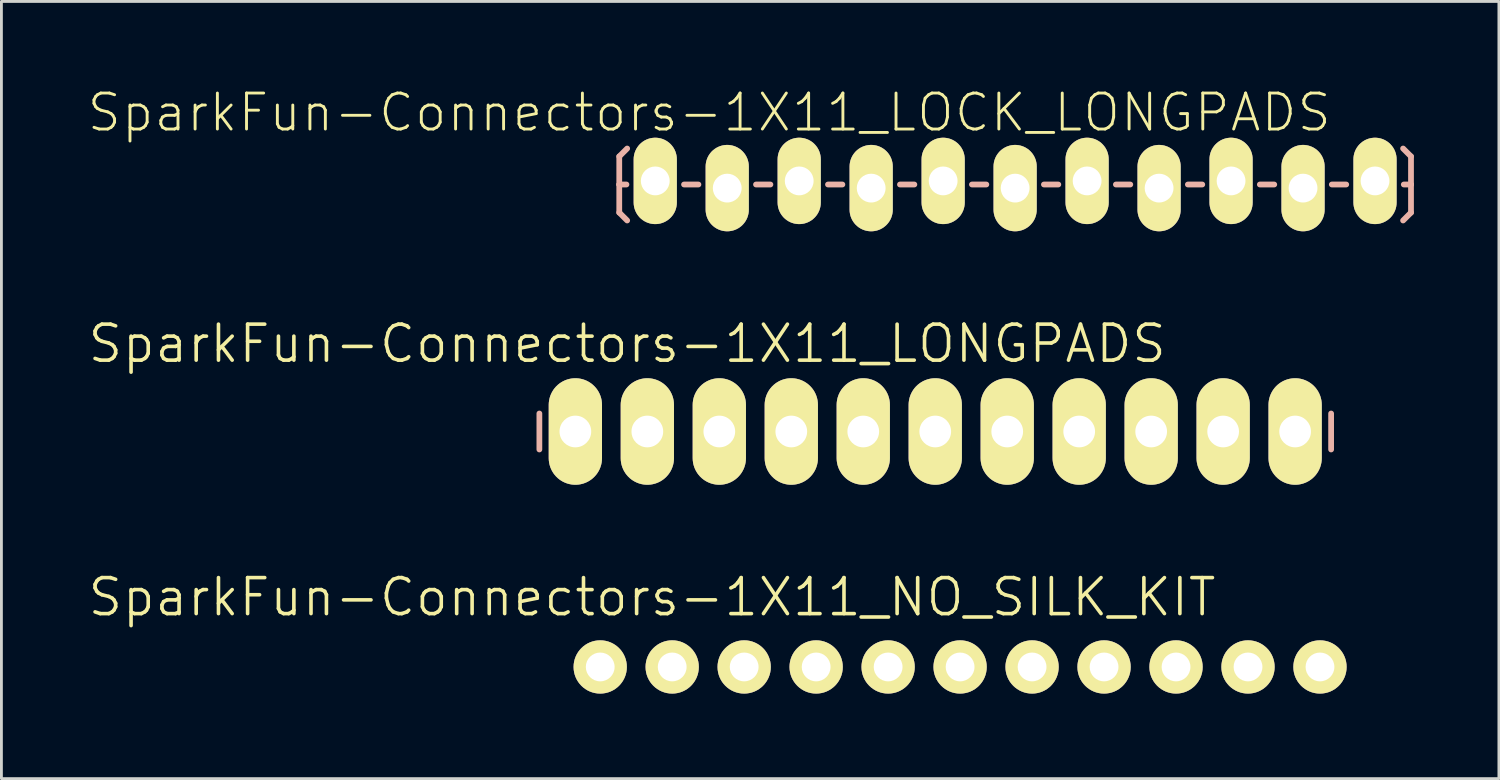
<source format=kicad_pcb>
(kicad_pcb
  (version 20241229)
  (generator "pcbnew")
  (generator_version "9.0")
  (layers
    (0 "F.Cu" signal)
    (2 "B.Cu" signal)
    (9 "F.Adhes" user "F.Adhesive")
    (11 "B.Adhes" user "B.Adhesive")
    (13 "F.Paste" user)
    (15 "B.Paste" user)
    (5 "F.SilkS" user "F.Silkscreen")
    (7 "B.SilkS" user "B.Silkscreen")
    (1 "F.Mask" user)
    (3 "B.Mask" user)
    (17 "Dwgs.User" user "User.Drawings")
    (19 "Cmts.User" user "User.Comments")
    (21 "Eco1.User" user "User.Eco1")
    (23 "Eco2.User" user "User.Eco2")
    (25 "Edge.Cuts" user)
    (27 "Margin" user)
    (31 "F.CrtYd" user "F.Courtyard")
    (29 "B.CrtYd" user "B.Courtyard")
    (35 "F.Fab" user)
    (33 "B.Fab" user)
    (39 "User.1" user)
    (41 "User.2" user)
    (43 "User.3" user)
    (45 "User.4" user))
  (footprint "SparkFun-Connectors-1X11_LONGPADS"
    (layer "F.Cu")
    (at 17.254 12.177)
    (property "Reference" "SparkFun-Connectors-1X11_LONGPADS" (at 1.829 -3.099 0) (layer "F.SilkS") (effects (font (size 1.27 1.27) (thickness 0.127))))
    (attr exclude_from_pos_files exclude_from_bom)
    (fp_line (start -0.254 -0.254) (end 0.254 -0.254) (stroke (width 0.066) (type solid)) (layer "F.SilkS"))
    (fp_line (start -0.254 0.254) (end -0.254 -0.254) (stroke (width 0.066) (type solid)) (layer "F.SilkS"))
    (fp_line (start -0.254 0.254) (end 0.254 0.254) (stroke (width 0.066) (type solid)) (layer "F.SilkS"))
    (fp_line (start 0.254 0.254) (end 0.254 -0.254) (stroke (width 0.066) (type solid)) (layer "F.SilkS"))
    (fp_line (start 2.286 -0.254) (end 2.794 -0.254) (stroke (width 0.066) (type solid)) (layer "F.SilkS"))
    (fp_line (start 2.286 0.254) (end 2.286 -0.254) (stroke (width 0.066) (type solid)) (layer "F.SilkS"))
    (fp_line (start 2.286 0.254) (end 2.794 0.254) (stroke (width 0.066) (type solid)) (layer "F.SilkS"))
    (fp_line (start 2.794 0.254) (end 2.794 -0.254) (stroke (width 0.066) (type solid)) (layer "F.SilkS"))
    (fp_line (start 4.826 -0.254) (end 5.334 -0.254) (stroke (width 0.066) (type solid)) (layer "F.SilkS"))
    (fp_line (start 4.826 0.254) (end 4.826 -0.254) (stroke (width 0.066) (type solid)) (layer "F.SilkS"))
    (fp_line (start 4.826 0.254) (end 5.334 0.254) (stroke (width 0.066) (type solid)) (layer "F.SilkS"))
    (fp_line (start 5.334 0.254) (end 5.334 -0.254) (stroke (width 0.066) (type solid)) (layer "F.SilkS"))
    (fp_line (start 7.366 -0.254) (end 7.874 -0.254) (stroke (width 0.066) (type solid)) (layer "F.SilkS"))
    (fp_line (start 7.366 0.254) (end 7.366 -0.254) (stroke (width 0.066) (type solid)) (layer "F.SilkS"))
    (fp_line (start 7.366 0.254) (end 7.874 0.254) (stroke (width 0.066) (type solid)) (layer "F.SilkS"))
    (fp_line (start 7.874 0.254) (end 7.874 -0.254) (stroke (width 0.066) (type solid)) (layer "F.SilkS"))
    (fp_line (start 9.906 -0.254) (end 10.414 -0.254) (stroke (width 0.066) (type solid)) (layer "F.SilkS"))
    (fp_line (start 9.906 0.254) (end 9.906 -0.254) (stroke (width 0.066) (type solid)) (layer "F.SilkS"))
    (fp_line (start 9.906 0.254) (end 10.414 0.254) (stroke (width 0.066) (type solid)) (layer "F.SilkS"))
    (fp_line (start 10.414 0.254) (end 10.414 -0.254) (stroke (width 0.066) (type solid)) (layer "F.SilkS"))
    (fp_line (start 12.446 -0.254) (end 12.954 -0.254) (stroke (width 0.066) (type solid)) (layer "F.SilkS"))
    (fp_line (start 12.446 0.254) (end 12.446 -0.254) (stroke (width 0.066) (type solid)) (layer "F.SilkS"))
    (fp_line (start 12.446 0.254) (end 12.954 0.254) (stroke (width 0.066) (type solid)) (layer "F.SilkS"))
    (fp_line (start 12.954 0.254) (end 12.954 -0.254) (stroke (width 0.066) (type solid)) (layer "F.SilkS"))
    (fp_line (start 14.986 -0.254) (end 15.494 -0.254) (stroke (width 0.066) (type solid)) (layer "F.SilkS"))
    (fp_line (start 14.986 0.254) (end 14.986 -0.254) (stroke (width 0.066) (type solid)) (layer "F.SilkS"))
    (fp_line (start 14.986 0.254) (end 15.494 0.254) (stroke (width 0.066) (type solid)) (layer "F.SilkS"))
    (fp_line (start 15.494 0.254) (end 15.494 -0.254) (stroke (width 0.066) (type solid)) (layer "F.SilkS"))
    (fp_line (start 17.523 -0.254) (end 18.034 -0.254) (stroke (width 0.066) (type solid)) (layer "F.SilkS"))
    (fp_line (start 17.523 0.254) (end 17.523 -0.254) (stroke (width 0.066) (type solid)) (layer "F.SilkS"))
    (fp_line (start 17.523 0.254) (end 18.034 0.254) (stroke (width 0.066) (type solid)) (layer "F.SilkS"))
    (fp_line (start 18.034 0.254) (end 18.034 -0.254) (stroke (width 0.066) (type solid)) (layer "F.SilkS"))
    (fp_line (start 20.066 -0.254) (end 20.574 -0.254) (stroke (width 0.066) (type solid)) (layer "F.SilkS"))
    (fp_line (start 20.066 0.254) (end 20.066 -0.254) (stroke (width 0.066) (type solid)) (layer "F.SilkS"))
    (fp_line (start 20.066 0.254) (end 20.574 0.254) (stroke (width 0.066) (type solid)) (layer "F.SilkS"))
    (fp_line (start 20.574 0.254) (end 20.574 -0.254) (stroke (width 0.066) (type solid)) (layer "F.SilkS"))
    (fp_line (start 22.606 -0.254) (end 23.114 -0.254) (stroke (width 0.066) (type solid)) (layer "F.SilkS"))
    (fp_line (start 22.606 0.254) (end 22.606 -0.254) (stroke (width 0.066) (type solid)) (layer "F.SilkS"))
    (fp_line (start 22.606 0.254) (end 23.114 0.254) (stroke (width 0.066) (type solid)) (layer "F.SilkS"))
    (fp_line (start 23.114 0.254) (end 23.114 -0.254) (stroke (width 0.066) (type solid)) (layer "F.SilkS"))
    (fp_line (start 25.146 -0.254) (end 25.654 -0.254) (stroke (width 0.066) (type solid)) (layer "F.SilkS"))
    (fp_line (start 25.146 0.254) (end 25.146 -0.254) (stroke (width 0.066) (type solid)) (layer "F.SilkS"))
    (fp_line (start 25.146 0.254) (end 25.654 0.254) (stroke (width 0.066) (type solid)) (layer "F.SilkS"))
    (fp_line (start 25.654 0.254) (end 25.654 -0.254) (stroke (width 0.066) (type solid)) (layer "F.SilkS"))
    (fp_line (start -1.27 -0.635) (end -1.27 0.635) (stroke (width 0.203) (type solid)) (layer "B.SilkS"))
    (fp_line (start 26.67 -0.635) (end 26.67 0.635) (stroke (width 0.203) (type solid)) (layer "B.SilkS"))
    (pad "1" thru_hole oval (at 0 0 180) (size 1.88 3.759) (drill 1.118) (layers "*.Cu" "F.Mask" "F.SilkS" "F.Paste"))
    (pad "2" thru_hole oval (at 2.54 0 180) (size 1.88 3.759) (drill 1.118) (layers "*.Cu" "F.Mask" "F.SilkS" "F.Paste"))
    (pad "3" thru_hole oval (at 5.08 0 180) (size 1.88 3.759) (drill 1.118) (layers "*.Cu" "F.Mask" "F.SilkS" "F.Paste"))
    (pad "4" thru_hole oval (at 7.62 0 180) (size 1.88 3.759) (drill 1.118) (layers "*.Cu" "F.Mask" "F.SilkS" "F.Paste"))
    (pad "5" thru_hole oval (at 10.16 0 180) (size 1.88 3.759) (drill 1.118) (layers "*.Cu" "F.Mask" "F.SilkS" "F.Paste"))
    (pad "6" thru_hole oval (at 12.7 0 180) (size 1.88 3.759) (drill 1.118) (layers "*.Cu" "F.Mask" "F.SilkS" "F.Paste"))
    (pad "7" thru_hole oval (at 15.24 0 180) (size 1.88 3.759) (drill 1.118) (layers "*.Cu" "F.Mask" "F.SilkS" "F.Paste"))
    (pad "8" thru_hole oval (at 17.78 0 180) (size 1.88 3.759) (drill 1.118) (layers "*.Cu" "F.Mask" "F.SilkS" "F.Paste"))
    (pad "9" thru_hole oval (at 20.32 0 180) (size 1.88 3.759) (drill 1.118) (layers "*.Cu" "F.Mask" "F.SilkS" "F.Paste"))
    (pad "10" thru_hole oval (at 22.86 0 180) (size 1.88 3.759) (drill 1.118) (layers "*.Cu" "F.Mask" "F.SilkS" "F.Paste"))
    (pad "11" thru_hole oval (at 25.4 0 180) (size 1.88 3.759) (drill 1.118) (layers "*.Cu" "F.Mask" "F.SilkS" "F.Paste")))
  (footprint "SparkFun-Connectors-1X11_NO_SILK_KIT"
    (layer "F.Cu")
    (at 18.131 20.486)
    (property "Reference" "SparkFun-Connectors-1X11_NO_SILK_KIT" (at 1.829 -2.464 0) (layer "F.SilkS") (effects (font (size 1.27 1.27) (thickness 0.127))))
    (attr exclude_from_pos_files exclude_from_bom)
    (fp_circle (center 0 0) (end -0.475 0.475) (stroke (width 0) (type solid)) (fill yes) (layer "F.SilkS"))
    (fp_circle (center 0 0) (end -0.254 0.254) (stroke (width 0) (type solid)) (fill yes) (layer "F.SilkS"))
    (fp_circle (center 2.54 0) (end 2.794 0.254) (stroke (width 0) (type solid)) (fill yes) (layer "F.SilkS"))
    (fp_circle (center 2.54 0) (end 3.015 0.475) (stroke (width 0) (type solid)) (fill yes) (layer "F.SilkS"))
    (fp_circle (center 5.08 0) (end 5.334 0.254) (stroke (width 0) (type solid)) (fill yes) (layer "F.SilkS"))
    (fp_circle (center 5.08 0) (end 5.555 0.475) (stroke (width 0) (type solid)) (fill yes) (layer "F.SilkS"))
    (fp_circle (center 7.62 0) (end 7.874 0.254) (stroke (width 0) (type solid)) (fill yes) (layer "F.SilkS"))
    (fp_circle (center 7.62 0) (end 8.095 0.475) (stroke (width 0) (type solid)) (fill yes) (layer "F.SilkS"))
    (fp_circle (center 10.16 0) (end 10.414 0.254) (stroke (width 0) (type solid)) (fill yes) (layer "F.SilkS"))
    (fp_circle (center 10.16 0) (end 10.635 0.475) (stroke (width 0) (type solid)) (fill yes) (layer "F.SilkS"))
    (fp_circle (center 12.7 0) (end 12.954 0.254) (stroke (width 0) (type solid)) (fill yes) (layer "F.SilkS"))
    (fp_circle (center 12.7 0) (end 13.175 0.475) (stroke (width 0) (type solid)) (fill yes) (layer "F.SilkS"))
    (fp_circle (center 15.24 0) (end 15.494 0.254) (stroke (width 0) (type solid)) (fill yes) (layer "F.SilkS"))
    (fp_circle (center 15.24 0) (end 15.715 0.475) (stroke (width 0) (type solid)) (fill yes) (layer "F.SilkS"))
    (fp_circle (center 17.78 0) (end 18.034 0.254) (stroke (width 0) (type solid)) (fill yes) (layer "F.SilkS"))
    (fp_circle (center 17.78 0) (end 18.255 0.475) (stroke (width 0) (type solid)) (fill yes) (layer "F.SilkS"))
    (fp_circle (center 20.32 0) (end 20.574 0.254) (stroke (width 0) (type solid)) (fill yes) (layer "F.SilkS"))
    (fp_circle (center 20.32 0) (end 20.795 0.475) (stroke (width 0) (type solid)) (fill yes) (layer "F.SilkS"))
    (fp_circle (center 22.86 0) (end 23.114 0.254) (stroke (width 0) (type solid)) (fill yes) (layer "F.SilkS"))
    (fp_circle (center 22.86 0) (end 23.335 0.475) (stroke (width 0) (type solid)) (fill yes) (layer "F.SilkS"))
    (fp_circle (center 25.4 0) (end 25.654 0.254) (stroke (width 0) (type solid)) (fill yes) (layer "F.SilkS"))
    (fp_circle (center 25.4 0) (end 25.875 0.475) (stroke (width 0) (type solid)) (fill yes) (layer "F.SilkS"))
    (pad "1" thru_hole circle (at 0 0) (size 1.88 1.88) (drill 1.016) (layers "*.Cu" "F.Mask" "F.SilkS" "F.Paste"))
    (pad "2" thru_hole circle (at 2.54 0) (size 1.88 1.88) (drill 1.016) (layers "*.Cu" "F.Mask" "F.SilkS" "F.Paste"))
    (pad "3" thru_hole circle (at 5.08 0) (size 1.88 1.88) (drill 1.016) (layers "*.Cu" "F.Mask" "F.SilkS" "F.Paste"))
    (pad "4" thru_hole circle (at 7.62 0) (size 1.88 1.88) (drill 1.016) (layers "*.Cu" "F.Mask" "F.SilkS" "F.Paste"))
    (pad "5" thru_hole circle (at 10.16 0) (size 1.88 1.88) (drill 1.016) (layers "*.Cu" "F.Mask" "F.SilkS" "F.Paste"))
    (pad "6" thru_hole circle (at 12.7 0) (size 1.88 1.88) (drill 1.016) (layers "*.Cu" "F.Mask" "F.SilkS" "F.Paste"))
    (pad "7" thru_hole circle (at 15.24 0) (size 1.88 1.88) (drill 1.016) (layers "*.Cu" "F.Mask" "F.SilkS" "F.Paste"))
    (pad "8" thru_hole circle (at 17.78 0) (size 1.88 1.88) (drill 1.016) (layers "*.Cu" "F.Mask" "F.SilkS" "F.Paste"))
    (pad "9" thru_hole circle (at 20.32 0) (size 1.88 1.88) (drill 1.016) (layers "*.Cu" "F.Mask" "F.SilkS" "F.Paste"))
    (pad "10" thru_hole circle (at 22.86 0) (size 1.88 1.88) (drill 1.016) (layers "*.Cu" "F.Mask" "F.SilkS" "F.Paste"))
    (pad "11" thru_hole circle (at 25.4 0) (size 1.88 1.88) (drill 1.016) (layers "*.Cu" "F.Mask" "F.SilkS" "F.Paste")))
  (footprint "SparkFun-Connectors-1X11_LOCK_LONGPADS"
    (layer "F.Cu")
    (at 20.073 3.461)
    (property "Reference" "SparkFun-Connectors-1X11_LOCK_LONGPADS" (at 1.905 -2.54 0) (layer "F.SilkS") (effects (font (size 1.27 1.27) (thickness 0.102))))
    (attr exclude_from_pos_files exclude_from_bom)
    (fp_line (start -0.292 -0.292) (end 0.292 -0.292) (stroke (width 0.066) (type solid)) (layer "F.SilkS"))
    (fp_line (start -0.292 0.292) (end -0.292 -0.292) (stroke (width 0.066) (type solid)) (layer "F.SilkS"))
    (fp_line (start -0.292 0.292) (end 0.292 0.292) (stroke (width 0.066) (type solid)) (layer "F.SilkS"))
    (fp_line (start 0.292 0.292) (end 0.292 -0.292) (stroke (width 0.066) (type solid)) (layer "F.SilkS"))
    (fp_line (start 2.248 -0.292) (end 2.832 -0.292) (stroke (width 0.066) (type solid)) (layer "F.SilkS"))
    (fp_line (start 2.248 0.292) (end 2.248 -0.292) (stroke (width 0.066) (type solid)) (layer "F.SilkS"))
    (fp_line (start 2.248 0.292) (end 2.832 0.292) (stroke (width 0.066) (type solid)) (layer "F.SilkS"))
    (fp_line (start 2.832 0.292) (end 2.832 -0.292) (stroke (width 0.066) (type solid)) (layer "F.SilkS"))
    (fp_line (start 4.788 -0.292) (end 5.372 -0.292) (stroke (width 0.066) (type solid)) (layer "F.SilkS"))
    (fp_line (start 4.788 0.292) (end 4.788 -0.292) (stroke (width 0.066) (type solid)) (layer "F.SilkS"))
    (fp_line (start 4.788 0.292) (end 5.372 0.292) (stroke (width 0.066) (type solid)) (layer "F.SilkS"))
    (fp_line (start 5.372 0.292) (end 5.372 -0.292) (stroke (width 0.066) (type solid)) (layer "F.SilkS"))
    (fp_line (start 7.328 -0.292) (end 7.912 -0.292) (stroke (width 0.066) (type solid)) (layer "F.SilkS"))
    (fp_line (start 7.328 0.292) (end 7.328 -0.292) (stroke (width 0.066) (type solid)) (layer "F.SilkS"))
    (fp_line (start 7.328 0.292) (end 7.912 0.292) (stroke (width 0.066) (type solid)) (layer "F.SilkS"))
    (fp_line (start 7.912 0.292) (end 7.912 -0.292) (stroke (width 0.066) (type solid)) (layer "F.SilkS"))
    (fp_line (start 9.868 -0.292) (end 10.452 -0.292) (stroke (width 0.066) (type solid)) (layer "F.SilkS"))
    (fp_line (start 9.868 0.292) (end 9.868 -0.292) (stroke (width 0.066) (type solid)) (layer "F.SilkS"))
    (fp_line (start 9.868 0.292) (end 10.452 0.292) (stroke (width 0.066) (type solid)) (layer "F.SilkS"))
    (fp_line (start 10.452 0.292) (end 10.452 -0.292) (stroke (width 0.066) (type solid)) (layer "F.SilkS"))
    (fp_line (start 12.408 -0.292) (end 12.992 -0.292) (stroke (width 0.066) (type solid)) (layer "F.SilkS"))
    (fp_line (start 12.408 0.292) (end 12.408 -0.292) (stroke (width 0.066) (type solid)) (layer "F.SilkS"))
    (fp_line (start 12.408 0.292) (end 12.992 0.292) (stroke (width 0.066) (type solid)) (layer "F.SilkS"))
    (fp_line (start 12.992 0.292) (end 12.992 -0.292) (stroke (width 0.066) (type solid)) (layer "F.SilkS"))
    (fp_line (start 14.948 -0.292) (end 15.532 -0.292) (stroke (width 0.066) (type solid)) (layer "F.SilkS"))
    (fp_line (start 14.948 0.292) (end 14.948 -0.292) (stroke (width 0.066) (type solid)) (layer "F.SilkS"))
    (fp_line (start 14.948 0.292) (end 15.532 0.292) (stroke (width 0.066) (type solid)) (layer "F.SilkS"))
    (fp_line (start 15.532 0.292) (end 15.532 -0.292) (stroke (width 0.066) (type solid)) (layer "F.SilkS"))
    (fp_line (start 17.488 -0.292) (end 18.072 -0.292) (stroke (width 0.066) (type solid)) (layer "F.SilkS"))
    (fp_line (start 17.488 0.292) (end 17.488 -0.292) (stroke (width 0.066) (type solid)) (layer "F.SilkS"))
    (fp_line (start 17.488 0.292) (end 18.072 0.292) (stroke (width 0.066) (type solid)) (layer "F.SilkS"))
    (fp_line (start 18.072 0.292) (end 18.072 -0.292) (stroke (width 0.066) (type solid)) (layer "F.SilkS"))
    (fp_line (start 20.028 -0.292) (end 20.612 -0.292) (stroke (width 0.066) (type solid)) (layer "F.SilkS"))
    (fp_line (start 20.028 0.292) (end 20.028 -0.292) (stroke (width 0.066) (type solid)) (layer "F.SilkS"))
    (fp_line (start 20.028 0.292) (end 20.612 0.292) (stroke (width 0.066) (type solid)) (layer "F.SilkS"))
    (fp_line (start 20.612 0.292) (end 20.612 -0.292) (stroke (width 0.066) (type solid)) (layer "F.SilkS"))
    (fp_line (start 22.568 -0.292) (end 23.152 -0.292) (stroke (width 0.066) (type solid)) (layer "F.SilkS"))
    (fp_line (start 22.568 0.292) (end 22.568 -0.292) (stroke (width 0.066) (type solid)) (layer "F.SilkS"))
    (fp_line (start 22.568 0.292) (end 23.152 0.292) (stroke (width 0.066) (type solid)) (layer "F.SilkS"))
    (fp_line (start 23.152 0.292) (end 23.152 -0.292) (stroke (width 0.066) (type solid)) (layer "F.SilkS"))
    (fp_line (start 25.108 -0.292) (end 25.692 -0.292) (stroke (width 0.066) (type solid)) (layer "F.SilkS"))
    (fp_line (start 25.108 0.292) (end 25.108 -0.292) (stroke (width 0.066) (type solid)) (layer "F.SilkS"))
    (fp_line (start 25.108 0.292) (end 25.692 0.292) (stroke (width 0.066) (type solid)) (layer "F.SilkS"))
    (fp_line (start 25.692 0.292) (end 25.692 -0.292) (stroke (width 0.066) (type solid)) (layer "F.SilkS"))
    (fp_line (start -1.27 -0.991) (end -0.991 -1.27) (stroke (width 0.203) (type solid)) (layer "B.SilkS"))
    (fp_line (start -1.27 0) (end -1.27 -0.991) (stroke (width 0.203) (type solid)) (layer "B.SilkS"))
    (fp_line (start -1.27 0) (end -1.27 0.991) (stroke (width 0.203) (type solid)) (layer "B.SilkS"))
    (fp_line (start -1.27 0) (end -1.016 0) (stroke (width 0.203) (type solid)) (layer "B.SilkS"))
    (fp_line (start -1.27 0.991) (end -0.991 1.27) (stroke (width 0.203) (type solid)) (layer "B.SilkS"))
    (fp_line (start 1.524 0) (end 1.016 0) (stroke (width 0.203) (type solid)) (layer "B.SilkS"))
    (fp_line (start 4.064 0) (end 3.556 0) (stroke (width 0.203) (type solid)) (layer "B.SilkS"))
    (fp_line (start 6.604 0) (end 6.096 0) (stroke (width 0.203) (type solid)) (layer "B.SilkS"))
    (fp_line (start 9.144 0) (end 8.636 0) (stroke (width 0.203) (type solid)) (layer "B.SilkS"))
    (fp_line (start 11.684 0) (end 11.176 0) (stroke (width 0.203) (type solid)) (layer "B.SilkS"))
    (fp_line (start 14.224 0) (end 13.716 0) (stroke (width 0.203) (type solid)) (layer "B.SilkS"))
    (fp_line (start 16.764 0) (end 16.256 0) (stroke (width 0.203) (type solid)) (layer "B.SilkS"))
    (fp_line (start 19.304 0) (end 18.796 0) (stroke (width 0.203) (type solid)) (layer "B.SilkS"))
    (fp_line (start 21.844 0) (end 21.336 0) (stroke (width 0.203) (type solid)) (layer "B.SilkS"))
    (fp_line (start 24.384 0) (end 23.876 0) (stroke (width 0.203) (type solid)) (layer "B.SilkS"))
    (fp_line (start 26.67 -0.991) (end 26.391 -1.27) (stroke (width 0.203) (type solid)) (layer "B.SilkS"))
    (fp_line (start 26.67 0) (end 26.416 0) (stroke (width 0.203) (type solid)) (layer "B.SilkS"))
    (fp_line (start 26.67 0) (end 26.67 -0.991) (stroke (width 0.203) (type solid)) (layer "B.SilkS"))
    (fp_line (start 26.67 0) (end 26.67 0.991) (stroke (width 0.203) (type solid)) (layer "B.SilkS"))
    (fp_line (start 26.67 0.991) (end 26.391 1.27) (stroke (width 0.203) (type solid)) (layer "B.SilkS"))
    (pad "1" thru_hole oval (at 0 -0.127 180) (size 1.524 3.048) (drill 1.016) (layers "*.Cu" "F.Mask" "F.SilkS" "F.Paste"))
    (pad "2" thru_hole oval (at 2.54 0.127 180) (size 1.524 3.048) (drill 1.016) (layers "*.Cu" "F.Mask" "F.SilkS" "F.Paste"))
    (pad "3" thru_hole oval (at 5.08 -0.127 180) (size 1.524 3.048) (drill 1.016) (layers "*.Cu" "F.Mask" "F.SilkS" "F.Paste"))
    (pad "4" thru_hole oval (at 7.62 0.127 180) (size 1.524 3.048) (drill 1.016) (layers "*.Cu" "F.Mask" "F.SilkS" "F.Paste"))
    (pad "5" thru_hole oval (at 10.16 -0.127 180) (size 1.524 3.048) (drill 1.016) (layers "*.Cu" "F.Mask" "F.SilkS" "F.Paste"))
    (pad "6" thru_hole oval (at 12.7 0.127 180) (size 1.524 3.048) (drill 1.016) (layers "*.Cu" "F.Mask" "F.SilkS" "F.Paste"))
    (pad "7" thru_hole oval (at 15.24 -0.127 180) (size 1.524 3.048) (drill 1.016) (layers "*.Cu" "F.Mask" "F.SilkS" "F.Paste"))
    (pad "8" thru_hole oval (at 17.78 0.127 180) (size 1.524 3.048) (drill 1.016) (layers "*.Cu" "F.Mask" "F.SilkS" "F.Paste"))
    (pad "9" thru_hole oval (at 20.32 -0.127 180) (size 1.524 3.048) (drill 1.016) (layers "*.Cu" "F.Mask" "F.SilkS" "F.Paste"))
    (pad "10" thru_hole oval (at 22.86 0.127 180) (size 1.524 3.048) (drill 1.016) (layers "*.Cu" "F.Mask" "F.SilkS" "F.Paste"))
    (pad "11" thru_hole oval (at 25.4 -0.127 180) (size 1.524 3.048) (drill 1.016) (layers "*.Cu" "F.Mask" "F.SilkS" "F.Paste")))
  (gr_rect
    (start -3 -3)
    (end 49.845 24.426)
    (stroke (width 0.1) (type default))
    (fill no)
    (layer "Edge.Cuts")))
</source>
